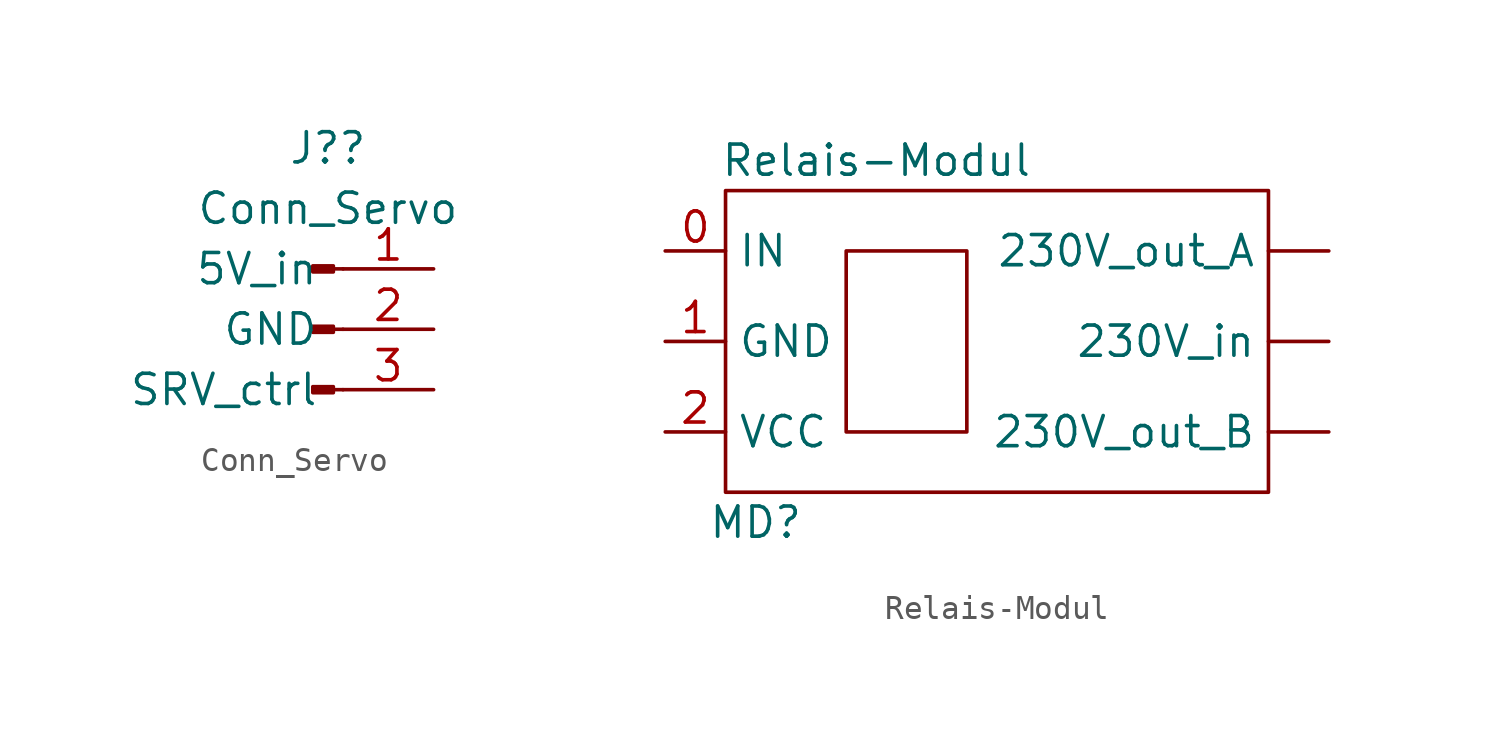
<source format=kicad_sym>
(kicad_symbol_lib
  (version 20211014)
  (generator kicad_symbol_editor)
  (symbol "Conn_Servo"
    (pin_names
      (offset 1.016))
    (property "Reference" "J?"
      (at 0.635 7.62 0)
      (effects (font (size 1.27 1.27))))
    (property "Value" "Conn_Servo"
      (at 0.635 5.08 0)
      (effects (font (size 1.27 1.27))))
    (symbol "Conn_Servo_1_1"
      (polyline (pts (xy 1.27 -2.54) (xy 0.864 -2.54)) (stroke (width 0.152) (type default) (color 0 0 0 0)) (fill (type none)))
      (polyline (pts (xy 1.27 0) (xy 0.864 0)) (stroke (width 0.152) (type default) (color 0 0 0 0)) (fill (type none)))
      (polyline (pts (xy 1.27 2.54) (xy 0.864 2.54)) (stroke (width 0.152) (type default) (color 0 0 0 0)) (fill (type none)))
      (rectangle (start 0.864 -2.413) (end 0 -2.667) (stroke (width 0.152) (type default) (color 0 0 0 0)) (fill (type outline)))
      (rectangle (start 0.864 0.127) (end 0 -0.127) (stroke (width 0.152) (type default) (color 0 0 0 0)) (fill (type outline)))
      (rectangle (start 0.864 2.667) (end 0 2.413) (stroke (width 0.152) (type default) (color 0 0 0 0)) (fill (type outline)))
      (pin input line (at 5.08 2.54 180) (length 3.81) (name "5V_in" (effects (font (size 1.27 1.27)))) (number "1" (effects (font (size 1.27 1.27)))))
      (pin passive line (at 5.08 0 180) (length 3.81) (name "GND" (effects (font (size 1.27 1.27)))) (number "2" (effects (font (size 1.27 1.27)))))
      (pin passive line (at 5.08 -2.54 180) (length 3.81) (name "SRV_ctrl" (effects (font (size 1.27 1.27)))) (number "3" (effects (font (size 1.27 1.27)))))))
  (symbol "Relais-Modul"
    (property "Reference" "MD"
      (at -8.89 -17.78 0)
      (effects (font (size 1.27 1.27))))
    (property "Value" "Relais-Modul"
      (at -3.81 -2.54 0)
      (effects (font (size 1.27 1.27))))
    (symbol "Relais-Modul_0_1"
      (rectangle (start -10.16 -3.81) (end 12.7 -16.51) (stroke (width 0) (type default) (color 0 0 0 0)) (fill (type none)))
      (rectangle (start -5.08 -6.35) (end 0 -13.97) (stroke (width 0) (type default) (color 0 0 0 0)) (fill (type none))))
    (symbol "Relais-Modul_1_1"
      (pin input line (at 15.24 -10.16 180) (length 2.54) (name "230V_in" (effects (font (size 1.27 1.27)))) (number "" (effects (font (size 1.27 1.27)))))
      (pin output line (at 15.24 -6.35 180) (length 2.54) (name "230V_out_A" (effects (font (size 1.27 1.27)))) (number "" (effects (font (size 1.27 1.27)))))
      (pin output line (at 15.24 -13.97 180) (length 2.54) (name "230V_out_B" (effects (font (size 1.27 1.27)))) (number "" (effects (font (size 1.27 1.27)))))
      (pin input line (at -12.7 -6.35 0) (length 2.54) (name "IN" (effects (font (size 1.27 1.27)))) (number "0" (effects (font (size 1.27 1.27)))))
      (pin input line (at -12.7 -10.16 0) (length 2.54) (name "GND" (effects (font (size 1.27 1.27)))) (number "1" (effects (font (size 1.27 1.27)))))
      (pin input line (at -12.7 -13.97 0) (length 2.54) (name "VCC" (effects (font (size 1.27 1.27)))) (number "2" (effects (font (size 1.27 1.27))))))))
</source>
